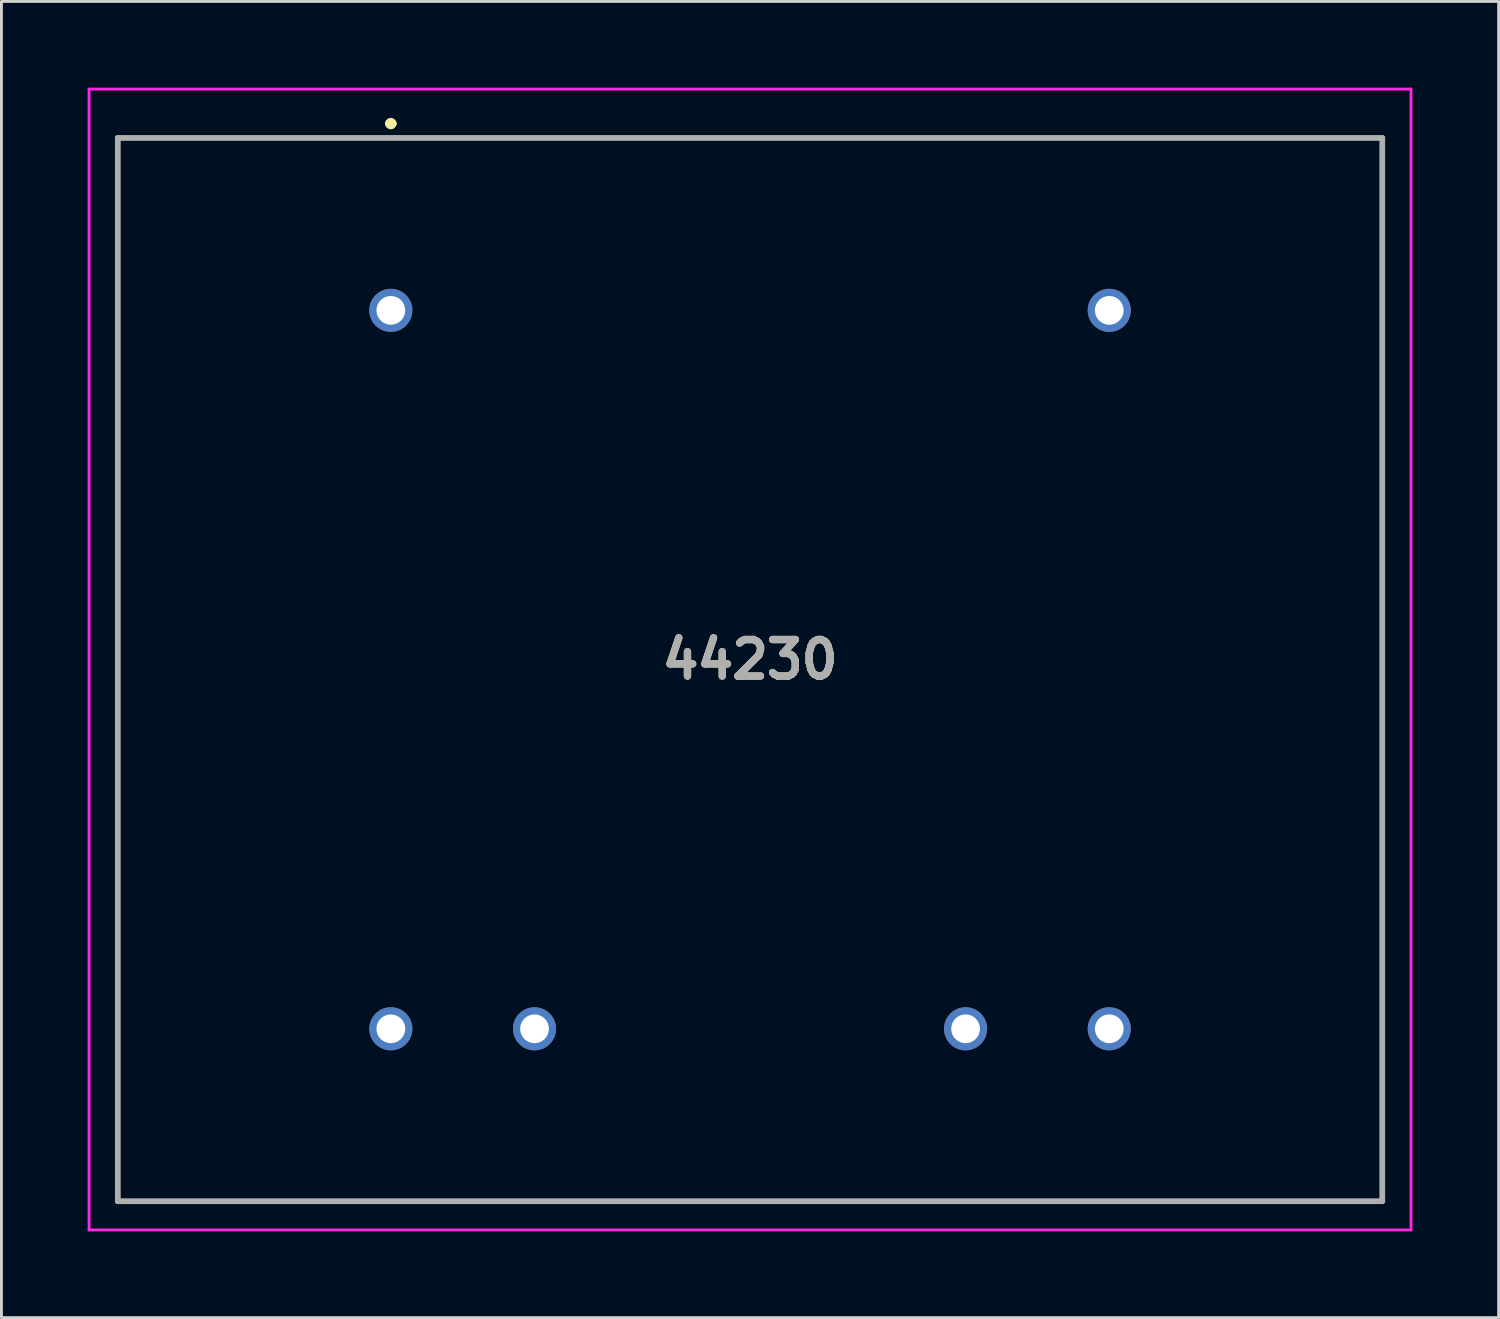
<source format=kicad_pcb>
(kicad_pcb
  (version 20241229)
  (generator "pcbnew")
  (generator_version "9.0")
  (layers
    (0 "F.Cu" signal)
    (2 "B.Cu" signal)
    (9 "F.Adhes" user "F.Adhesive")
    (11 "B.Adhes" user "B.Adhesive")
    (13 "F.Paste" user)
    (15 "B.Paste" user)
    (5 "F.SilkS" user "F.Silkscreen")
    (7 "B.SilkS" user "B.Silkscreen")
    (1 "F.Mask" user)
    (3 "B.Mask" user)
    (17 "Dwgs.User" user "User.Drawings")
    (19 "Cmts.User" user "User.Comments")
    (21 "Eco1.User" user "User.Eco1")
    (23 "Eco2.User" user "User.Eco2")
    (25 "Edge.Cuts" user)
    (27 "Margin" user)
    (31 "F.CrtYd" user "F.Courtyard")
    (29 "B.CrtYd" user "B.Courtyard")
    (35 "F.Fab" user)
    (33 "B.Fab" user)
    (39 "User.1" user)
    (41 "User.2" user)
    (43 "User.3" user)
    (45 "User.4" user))
  (footprint "44230"
    (layer "F.Cu")
    (at 10.55 7.75)
    (property "Reference" "44230" (at 12.5 12.15 0) (layer "F.SilkS") (effects (font (size 1.27 1.27) (thickness 0.254))))
    (attr through_hole)
    (fp_line (start -9.5 -6) (end 34.5 -6) (stroke (width 0.1) (type solid)) (layer "F.SilkS"))
    (fp_line (start -9.5 31) (end -9.5 -6) (stroke (width 0.1) (type solid)) (layer "F.SilkS"))
    (fp_line (start -0.1 -6.5) (end -0.1 -6.5) (stroke (width 0.2) (type solid)) (layer "F.SilkS"))
    (fp_line (start 0.1 -6.5) (end 0.1 -6.5) (stroke (width 0.2) (type solid)) (layer "F.SilkS"))
    (fp_line (start 34.5 -6) (end 34.5 31) (stroke (width 0.1) (type solid)) (layer "F.SilkS"))
    (fp_line (start 34.5 31) (end -9.5 31) (stroke (width 0.1) (type solid)) (layer "F.SilkS"))
    (fp_arc (start -0.1 -6.5) (mid 0 -6.6) (end 0.1 -6.5) (stroke (width 0.2) (type solid)) (layer "F.SilkS"))
    (fp_arc (start 0.1 -6.5) (mid 0 -6.4) (end -0.1 -6.5) (stroke (width 0.2) (type solid)) (layer "F.SilkS"))
    (fp_line (start -10.5 -7.7) (end 35.5 -7.7) (stroke (width 0.1) (type solid)) (layer "F.CrtYd"))
    (fp_line (start -10.5 32) (end -10.5 -7.7) (stroke (width 0.1) (type solid)) (layer "F.CrtYd"))
    (fp_line (start 35.5 -7.7) (end 35.5 32) (stroke (width 0.1) (type solid)) (layer "F.CrtYd"))
    (fp_line (start 35.5 32) (end -10.5 32) (stroke (width 0.1) (type solid)) (layer "F.CrtYd"))
    (fp_line (start -9.5 -6) (end 34.5 -6) (stroke (width 0.2) (type solid)) (layer "F.Fab"))
    (fp_line (start -9.5 31) (end -9.5 -6) (stroke (width 0.2) (type solid)) (layer "F.Fab"))
    (fp_line (start 34.5 -6) (end 34.5 31) (stroke (width 0.2) (type solid)) (layer "F.Fab"))
    (fp_line (start 34.5 31) (end -9.5 31) (stroke (width 0.2) (type solid)) (layer "F.Fab"))
    (fp_text user "${REFERENCE}" (at 12.5 12.15 0) (layer "F.Fab") (effects (font (size 1.27 1.27) (thickness 0.254))))
    (pad "1" thru_hole circle (at 0 0) (size 1.5 1.5) (drill 1) (layers "*.Cu" "*.Mask"))
    (pad "5" thru_hole circle (at 25 0) (size 1.5 1.5) (drill 1) (layers "*.Cu" "*.Mask"))
    (pad "6" thru_hole circle (at 25 25) (size 1.5 1.5) (drill 1) (layers "*.Cu" "*.Mask"))
    (pad "7" thru_hole circle (at 20 25) (size 1.5 1.5) (drill 1) (layers "*.Cu" "*.Mask"))
    (pad "9" thru_hole circle (at 5 25) (size 1.5 1.5) (drill 1) (layers "*.Cu" "*.Mask"))
    (pad "10" thru_hole circle (at 0 25) (size 1.5 1.5) (drill 1) (layers "*.Cu" "*.Mask")))
  (gr_rect
    (start -3 -3)
    (end 49.1 42.8)
    (stroke (width 0.1) (type default))
    (fill no)
    (layer "Edge.Cuts")))
</source>
